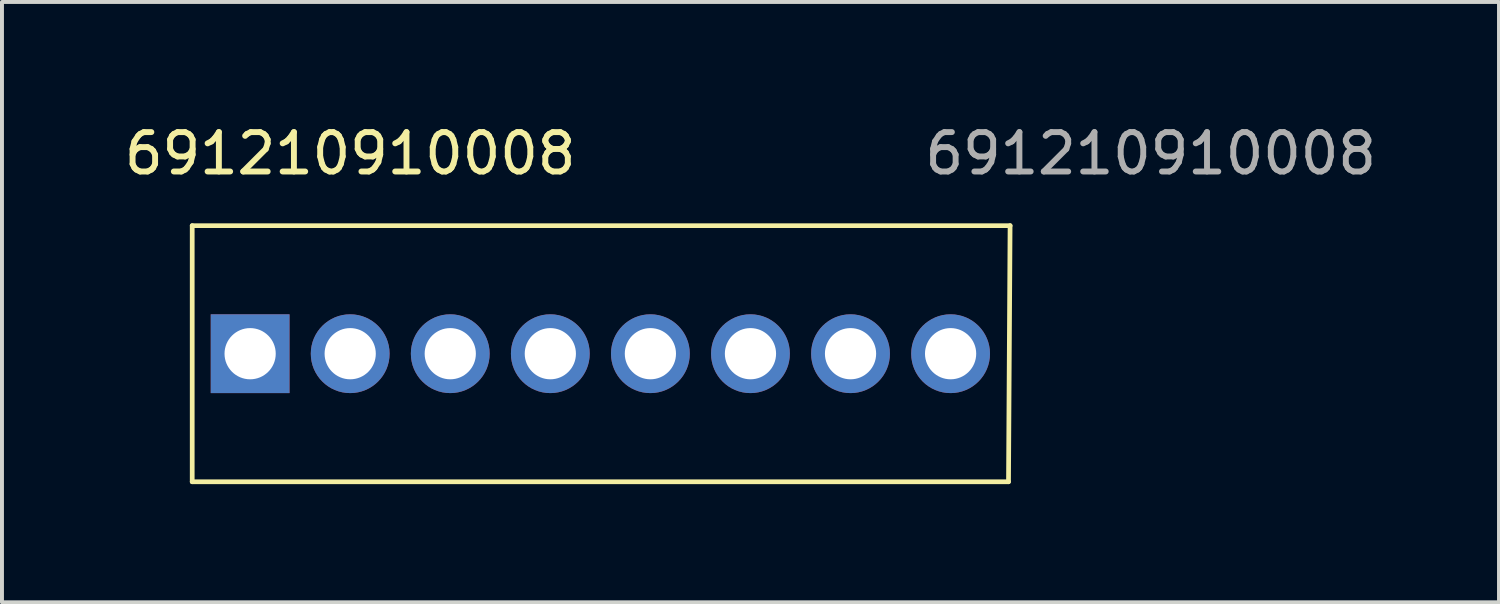
<source format=kicad_pcb>
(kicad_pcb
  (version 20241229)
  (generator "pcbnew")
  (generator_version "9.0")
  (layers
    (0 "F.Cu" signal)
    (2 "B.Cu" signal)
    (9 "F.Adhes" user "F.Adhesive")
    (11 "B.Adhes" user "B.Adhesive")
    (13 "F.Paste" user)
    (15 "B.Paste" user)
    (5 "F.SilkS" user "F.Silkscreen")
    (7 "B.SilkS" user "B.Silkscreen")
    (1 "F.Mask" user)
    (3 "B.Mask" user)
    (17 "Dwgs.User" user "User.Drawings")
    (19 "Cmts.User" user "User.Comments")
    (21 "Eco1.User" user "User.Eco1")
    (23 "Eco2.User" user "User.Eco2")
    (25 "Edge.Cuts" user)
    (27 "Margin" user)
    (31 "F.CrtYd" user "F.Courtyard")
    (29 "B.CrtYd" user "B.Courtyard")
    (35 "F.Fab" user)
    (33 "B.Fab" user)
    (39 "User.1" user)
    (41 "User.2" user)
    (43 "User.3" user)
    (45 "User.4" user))
  (footprint "691210910008"
    (layer "F.Cu")
    (at 3.299 5.928)
    (property "Reference" "691210910008" (at 2.54 -5.08 0) (unlocked yes) (layer "F.SilkS") (effects (font (size 1 1) (thickness 0.15))))
    (attr through_hole)
    (fp_line (start -1.47 -3.25) (end -1.47 3.25) (stroke (width 0.12) (type solid)) (layer "F.SilkS"))
    (fp_line (start -1.47 -3.25) (end 19.29 -3.25) (stroke (width 0.12) (type solid)) (layer "F.SilkS"))
    (fp_line (start -1.47 3.25) (end 19.25 3.25) (stroke (width 0.12) (type solid)) (layer "F.SilkS"))
    (fp_line (start 19.29 -3.25) (end 19.25 3.25) (stroke (width 0.12) (type solid)) (layer "F.SilkS"))
    (fp_text user "${REFERENCE}" (at 22.86 -5.08 0) (unlocked yes) (layer "F.Fab") (effects (font (size 1 1) (thickness 0.15))))
    (pad "1" thru_hole rect (at 0 0) (size 2 2) (drill 1.3) (layers "*.Cu" "*.Mask"))
    (pad "2" thru_hole circle (at 2.54 0) (size 2 2) (drill 1.3) (layers "*.Cu" "*.Mask"))
    (pad "3" thru_hole circle (at 5.08 0) (size 2 2) (drill 1.3) (layers "*.Cu" "*.Mask"))
    (pad "4" thru_hole circle (at 7.62 0) (size 2 2) (drill 1.3) (layers "*.Cu" "*.Mask"))
    (pad "5" thru_hole circle (at 10.16 0) (size 2 2) (drill 1.3) (layers "*.Cu" "*.Mask"))
    (pad "6" thru_hole circle (at 12.7 0) (size 2 2) (drill 1.3) (layers "*.Cu" "*.Mask"))
    (pad "7" thru_hole circle (at 15.24 0) (size 2 2) (drill 1.3) (layers "*.Cu" "*.Mask"))
    (pad "8" thru_hole circle (at 17.78 0) (size 2 2) (drill 1.3) (layers "*.Cu" "*.Mask")))
  (gr_rect
    (start -3 -3)
    (end 34.999 12.238)
    (stroke (width 0.1) (type default))
    (fill no)
    (layer "Edge.Cuts")))
</source>
